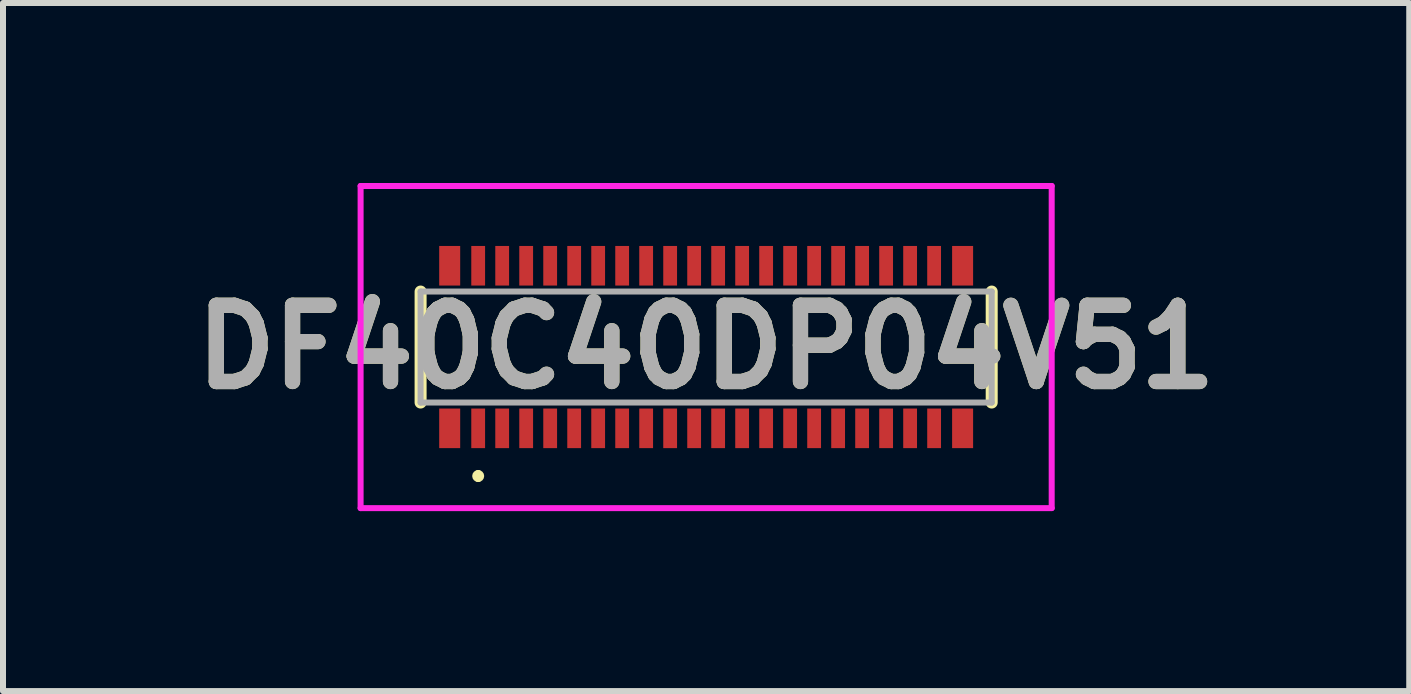
<source format=kicad_pcb>
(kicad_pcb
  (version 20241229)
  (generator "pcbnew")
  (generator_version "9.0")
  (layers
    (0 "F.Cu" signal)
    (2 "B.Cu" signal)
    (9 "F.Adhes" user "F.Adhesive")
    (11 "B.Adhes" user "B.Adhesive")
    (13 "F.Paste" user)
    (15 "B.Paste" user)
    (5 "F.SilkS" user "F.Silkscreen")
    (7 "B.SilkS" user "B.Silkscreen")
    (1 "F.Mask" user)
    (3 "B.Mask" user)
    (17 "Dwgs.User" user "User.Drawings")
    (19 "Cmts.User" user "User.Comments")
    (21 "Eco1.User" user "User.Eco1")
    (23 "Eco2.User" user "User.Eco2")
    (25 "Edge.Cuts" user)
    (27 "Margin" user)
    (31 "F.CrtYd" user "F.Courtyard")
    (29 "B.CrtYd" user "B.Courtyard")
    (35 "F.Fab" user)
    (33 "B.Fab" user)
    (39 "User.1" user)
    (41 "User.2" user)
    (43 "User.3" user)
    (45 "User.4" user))
  (footprint "DF40C40DP04V51"
    (layer "F.Cu")
    (at 8.721 2.735)
    (property "Reference" "DF40C40DP04V51" (at 0 0 0) (layer "F.SilkS") (effects (font (size 1.27 1.27) (thickness 0.254))))
    (attr smd)
    (fp_line (start -4.76 -0.925) (end -4.76 0.925) (stroke (width 0.2) (type solid)) (layer "F.SilkS"))
    (fp_line (start -3.8 2.1) (end -3.8 2.1) (stroke (width 0.1) (type solid)) (layer "F.SilkS"))
    (fp_line (start -3.8 2.2) (end -3.8 2.2) (stroke (width 0.1) (type solid)) (layer "F.SilkS"))
    (fp_line (start 4.76 -0.925) (end 4.76 0.925) (stroke (width 0.2) (type solid)) (layer "F.SilkS"))
    (fp_arc (start -3.8 2.1) (mid -3.75 2.15) (end -3.8 2.2) (stroke (width 0.1) (type solid)) (layer "F.SilkS"))
    (fp_arc (start -3.8 2.2) (mid -3.85 2.15) (end -3.8 2.1) (stroke (width 0.1) (type solid)) (layer "F.SilkS"))
    (fp_line (start -5.76 -2.685) (end 5.76 -2.685) (stroke (width 0.1) (type solid)) (layer "F.CrtYd"))
    (fp_line (start -5.76 2.685) (end -5.76 -2.685) (stroke (width 0.1) (type solid)) (layer "F.CrtYd"))
    (fp_line (start 5.76 -2.685) (end 5.76 2.685) (stroke (width 0.1) (type solid)) (layer "F.CrtYd"))
    (fp_line (start 5.76 2.685) (end -5.76 2.685) (stroke (width 0.1) (type solid)) (layer "F.CrtYd"))
    (fp_line (start -4.76 -0.925) (end -4.76 0.925) (stroke (width 0.1) (type solid)) (layer "F.Fab"))
    (fp_line (start -4.76 0.925) (end 4.76 0.925) (stroke (width 0.1) (type solid)) (layer "F.Fab"))
    (fp_line (start 4.76 -0.925) (end -4.76 -0.925) (stroke (width 0.1) (type solid)) (layer "F.Fab"))
    (fp_line (start 4.76 0.925) (end 4.76 -0.925) (stroke (width 0.1) (type solid)) (layer "F.Fab"))
    (fp_text user "${REFERENCE}" (at 0 0 0) (layer "F.Fab") (effects (font (size 1.27 1.27) (thickness 0.254))))
    (pad "1" smd rect (at -3.8 1.355) (size 0.23 0.66) (layers "F.Cu" "F.Mask" "F.Paste"))
    (pad "2" smd rect (at -3.8 -1.355) (size 0.23 0.66) (layers "F.Cu" "F.Mask" "F.Paste"))
    (pad "3" smd rect (at -3.4 1.355) (size 0.23 0.66) (layers "F.Cu" "F.Mask" "F.Paste"))
    (pad "4" smd rect (at -3.4 -1.355) (size 0.23 0.66) (layers "F.Cu" "F.Mask" "F.Paste"))
    (pad "5" smd rect (at -3 1.355) (size 0.23 0.66) (layers "F.Cu" "F.Mask" "F.Paste"))
    (pad "6" smd rect (at -3 -1.355) (size 0.23 0.66) (layers "F.Cu" "F.Mask" "F.Paste"))
    (pad "7" smd rect (at -2.6 1.355) (size 0.23 0.66) (layers "F.Cu" "F.Mask" "F.Paste"))
    (pad "8" smd rect (at -2.6 -1.355) (size 0.23 0.66) (layers "F.Cu" "F.Mask" "F.Paste"))
    (pad "9" smd rect (at -2.2 1.355) (size 0.23 0.66) (layers "F.Cu" "F.Mask" "F.Paste"))
    (pad "10" smd rect (at -2.2 -1.355) (size 0.23 0.66) (layers "F.Cu" "F.Mask" "F.Paste"))
    (pad "11" smd rect (at -1.8 1.355) (size 0.23 0.66) (layers "F.Cu" "F.Mask" "F.Paste"))
    (pad "12" smd rect (at -1.8 -1.355) (size 0.23 0.66) (layers "F.Cu" "F.Mask" "F.Paste"))
    (pad "13" smd rect (at -1.4 1.355) (size 0.23 0.66) (layers "F.Cu" "F.Mask" "F.Paste"))
    (pad "14" smd rect (at -1.4 -1.355) (size 0.23 0.66) (layers "F.Cu" "F.Mask" "F.Paste"))
    (pad "15" smd rect (at -1 1.355) (size 0.23 0.66) (layers "F.Cu" "F.Mask" "F.Paste"))
    (pad "16" smd rect (at -1 -1.355) (size 0.23 0.66) (layers "F.Cu" "F.Mask" "F.Paste"))
    (pad "17" smd rect (at -0.6 1.355) (size 0.23 0.66) (layers "F.Cu" "F.Mask" "F.Paste"))
    (pad "18" smd rect (at -0.6 -1.355) (size 0.23 0.66) (layers "F.Cu" "F.Mask" "F.Paste"))
    (pad "19" smd rect (at -0.2 1.355) (size 0.23 0.66) (layers "F.Cu" "F.Mask" "F.Paste"))
    (pad "20" smd rect (at -0.2 -1.355) (size 0.23 0.66) (layers "F.Cu" "F.Mask" "F.Paste"))
    (pad "21" smd rect (at 0.2 1.355) (size 0.23 0.66) (layers "F.Cu" "F.Mask" "F.Paste"))
    (pad "22" smd rect (at 0.2 -1.355) (size 0.23 0.66) (layers "F.Cu" "F.Mask" "F.Paste"))
    (pad "23" smd rect (at 0.6 1.355) (size 0.23 0.66) (layers "F.Cu" "F.Mask" "F.Paste"))
    (pad "24" smd rect (at 0.6 -1.355) (size 0.23 0.66) (layers "F.Cu" "F.Mask" "F.Paste"))
    (pad "25" smd rect (at 1 1.355) (size 0.23 0.66) (layers "F.Cu" "F.Mask" "F.Paste"))
    (pad "26" smd rect (at 1 -1.355) (size 0.23 0.66) (layers "F.Cu" "F.Mask" "F.Paste"))
    (pad "27" smd rect (at 1.4 1.355) (size 0.23 0.66) (layers "F.Cu" "F.Mask" "F.Paste"))
    (pad "28" smd rect (at 1.4 -1.355) (size 0.23 0.66) (layers "F.Cu" "F.Mask" "F.Paste"))
    (pad "29" smd rect (at 1.8 1.355) (size 0.23 0.66) (layers "F.Cu" "F.Mask" "F.Paste"))
    (pad "30" smd rect (at 1.8 -1.355) (size 0.23 0.66) (layers "F.Cu" "F.Mask" "F.Paste"))
    (pad "31" smd rect (at 2.2 1.355) (size 0.23 0.66) (layers "F.Cu" "F.Mask" "F.Paste"))
    (pad "32" smd rect (at 2.2 -1.355) (size 0.23 0.66) (layers "F.Cu" "F.Mask" "F.Paste"))
    (pad "33" smd rect (at 2.6 1.355) (size 0.23 0.66) (layers "F.Cu" "F.Mask" "F.Paste"))
    (pad "34" smd rect (at 2.6 -1.355) (size 0.23 0.66) (layers "F.Cu" "F.Mask" "F.Paste"))
    (pad "35" smd rect (at 3 1.355) (size 0.23 0.66) (layers "F.Cu" "F.Mask" "F.Paste"))
    (pad "36" smd rect (at 3 -1.355) (size 0.23 0.66) (layers "F.Cu" "F.Mask" "F.Paste"))
    (pad "37" smd rect (at 3.4 1.355) (size 0.23 0.66) (layers "F.Cu" "F.Mask" "F.Paste"))
    (pad "38" smd rect (at 3.4 -1.355) (size 0.23 0.66) (layers "F.Cu" "F.Mask" "F.Paste"))
    (pad "39" smd rect (at 3.8 1.355) (size 0.23 0.66) (layers "F.Cu" "F.Mask" "F.Paste"))
    (pad "40" smd rect (at 3.8 -1.355) (size 0.23 0.66) (layers "F.Cu" "F.Mask" "F.Paste"))
    (pad "MP1" smd rect (at -4.275 1.355) (size 0.35 0.66) (layers "F.Cu" "F.Mask" "F.Paste"))
    (pad "MP2" smd rect (at -4.275 -1.355) (size 0.35 0.66) (layers "F.Cu" "F.Mask" "F.Paste"))
    (pad "MP3" smd rect (at 4.275 1.355) (size 0.35 0.66) (layers "F.Cu" "F.Mask" "F.Paste"))
    (pad "MP4" smd rect (at 4.275 -1.355) (size 0.35 0.66) (layers "F.Cu" "F.Mask" "F.Paste")))
  (gr_rect
    (start -3 -3)
    (end 20.441 8.47)
    (stroke (width 0.1) (type default))
    (fill no)
    (layer "Edge.Cuts")))
</source>
